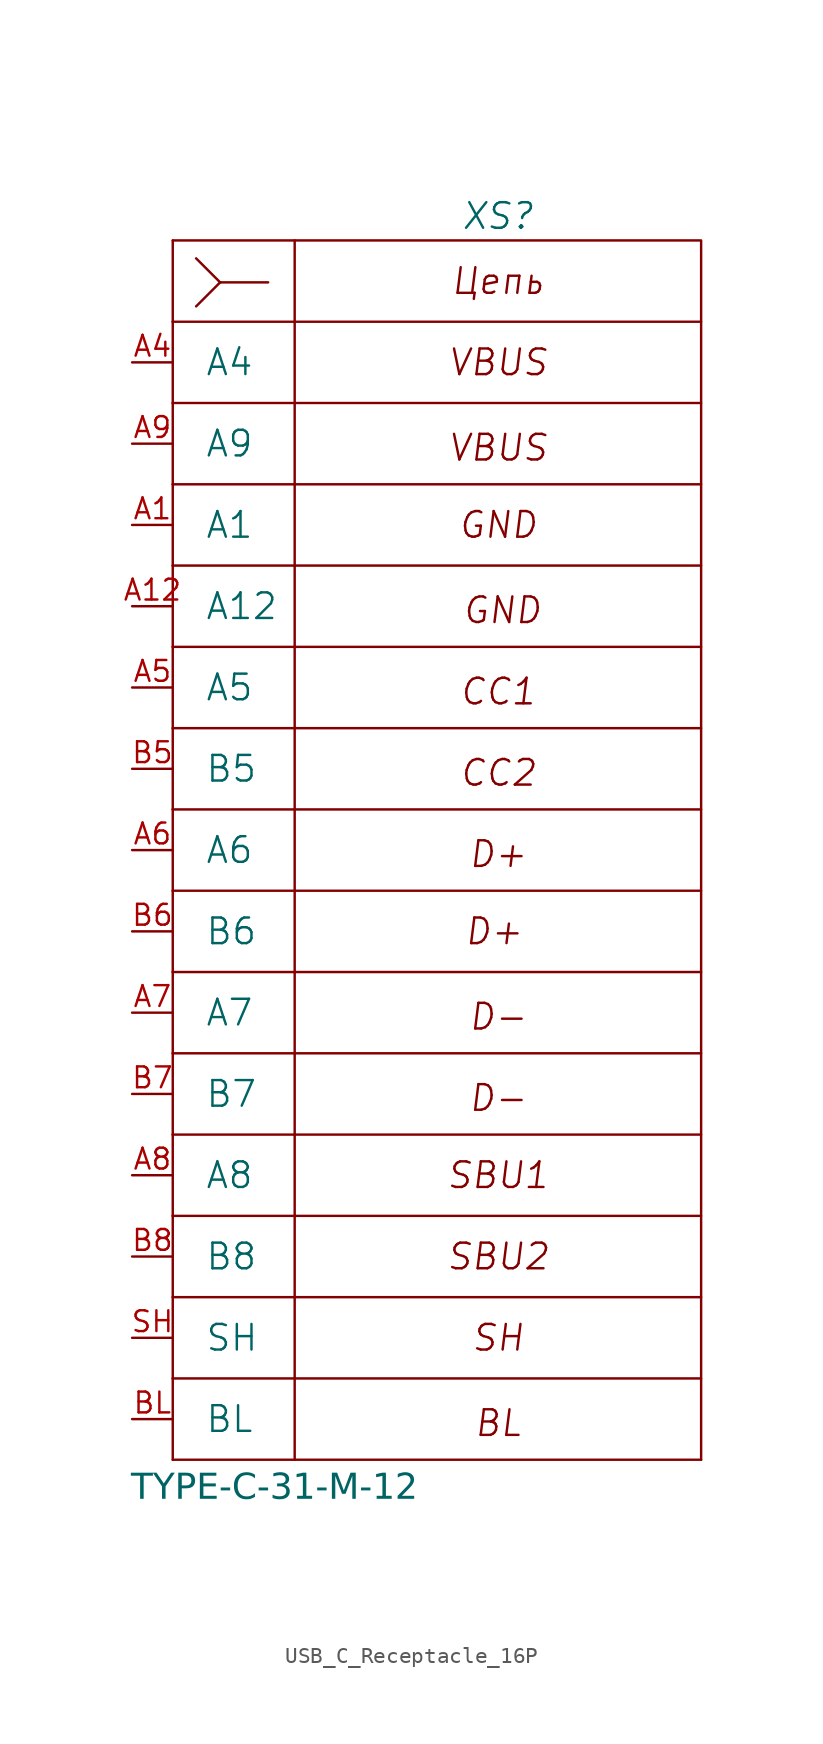
<source format=kicad_sym>
(kicad_symbol_lib
  (version 20231120)
  (generator "kicad_symbol_editor")
  (generator_version "8.0")
  (symbol "USB_C_Receptacle_16P"
    (pin_names
      (offset 2))
    (property "Reference" "XS"
      (at 22.86 9.144 0)
      (effects (font (size 1.6 1.6) (italic yes))))
    (property "Value" "TYPE-C-31-M-12"
      (at 8.89 -70.358 0)
      (effects (font (face "GOST type A") (size 1.6 1.6))))
    (symbol "USB_C_Receptacle_16P_0_1"
      (polyline (pts (xy 2.54 -68.58) (xy 35.56 -68.58)) (stroke (width 0) (type default)) (fill (type none)))
      (polyline (pts (xy 2.54 -63.5) (xy 2.54 -68.58)) (stroke (width 0) (type default)) (fill (type none)))
      (polyline (pts (xy 2.54 -58.42) (xy 2.54 -63.5)) (stroke (width 0) (type default)) (fill (type none)))
      (polyline (pts (xy 2.54 -53.34) (xy 2.54 -58.42)) (stroke (width 0) (type default)) (fill (type none)))
      (polyline (pts (xy 2.54 -48.26) (xy 2.54 -53.34)) (stroke (width 0) (type default)) (fill (type none)))
      (polyline (pts (xy 2.54 -43.18) (xy 2.54 -48.26)) (stroke (width 0) (type default)) (fill (type none)))
      (polyline (pts (xy 2.54 -38.1) (xy 2.54 -43.18)) (stroke (width 0) (type default)) (fill (type none)))
      (polyline (pts (xy 2.54 -33.02) (xy 2.54 -38.1)) (stroke (width 0) (type default)) (fill (type none)))
      (polyline (pts (xy 2.54 -27.94) (xy 2.54 -33.02)) (stroke (width 0) (type default)) (fill (type none)))
      (polyline (pts (xy 2.54 -22.86) (xy 2.54 -27.94)) (stroke (width 0) (type default)) (fill (type none)))
      (polyline (pts (xy 2.54 -17.78) (xy 2.54 -22.86)) (stroke (width 0) (type default)) (fill (type none)))
      (polyline (pts (xy 2.54 -12.7) (xy 2.54 -17.78)) (stroke (width 0) (type default)) (fill (type none)))
      (polyline (pts (xy 2.54 -7.62) (xy 2.54 -12.7)) (stroke (width 0) (type default)) (fill (type none)))
      (polyline (pts (xy 2.54 -2.54) (xy 2.54 -7.62)) (stroke (width 0) (type default)) (fill (type none)))
      (polyline (pts (xy 2.54 2.54) (xy 2.54 -2.54)) (stroke (width 0) (type default)) (fill (type none)))
      (polyline (pts (xy 2.54 7.62) (xy 2.54 2.54)) (stroke (width 0) (type default)) (fill (type none)))
      (polyline (pts (xy 2.54 -63.5) (xy 10.16 -63.5) (xy 10.16 -68.58)) (stroke (width 0) (type default)) (fill (type none)))
      (polyline (pts (xy 2.54 -58.42) (xy 10.16 -58.42) (xy 10.16 -63.5)) (stroke (width 0) (type default)) (fill (type none)))
      (polyline (pts (xy 2.54 -53.34) (xy 10.16 -53.34) (xy 10.16 -58.42)) (stroke (width 0) (type default)) (fill (type none)))
      (polyline (pts (xy 2.54 -48.26) (xy 10.16 -48.26) (xy 10.16 -53.34)) (stroke (width 0) (type default)) (fill (type none)))
      (polyline (pts (xy 2.54 -43.18) (xy 10.16 -43.18) (xy 10.16 -48.26)) (stroke (width 0) (type default)) (fill (type none)))
      (polyline (pts (xy 2.54 -38.1) (xy 10.16 -38.1) (xy 10.16 -43.18)) (stroke (width 0) (type default)) (fill (type none)))
      (polyline (pts (xy 2.54 -33.02) (xy 10.16 -33.02) (xy 10.16 -38.1)) (stroke (width 0) (type default)) (fill (type none)))
      (polyline (pts (xy 2.54 -27.94) (xy 10.16 -27.94) (xy 10.16 -33.02)) (stroke (width 0) (type default)) (fill (type none)))
      (polyline (pts (xy 2.54 -22.86) (xy 10.16 -22.86) (xy 10.16 -27.94)) (stroke (width 0) (type default)) (fill (type none)))
      (polyline (pts (xy 2.54 -17.78) (xy 10.16 -17.78) (xy 10.16 -22.86)) (stroke (width 0) (type default)) (fill (type none)))
      (polyline (pts (xy 2.54 -12.7) (xy 10.16 -12.7) (xy 10.16 -17.78)) (stroke (width 0) (type default)) (fill (type none)))
      (polyline (pts (xy 2.54 -7.62) (xy 10.16 -7.62) (xy 10.16 -12.7)) (stroke (width 0) (type default)) (fill (type none)))
      (polyline (pts (xy 2.54 -2.54) (xy 10.16 -2.54) (xy 10.16 -7.62)) (stroke (width 0) (type default)) (fill (type none)))
      (polyline (pts (xy 2.54 2.54) (xy 10.16 2.54) (xy 10.16 -2.54)) (stroke (width 0) (type default)) (fill (type none)))
      (polyline (pts (xy 2.54 7.62) (xy 10.16 7.62) (xy 10.16 2.54)) (stroke (width 0) (type default)) (fill (type none)))
      (polyline (pts (xy 10.16 -63.5) (xy 35.56 -63.5) (xy 35.56 -68.58)) (stroke (width 0) (type default)) (fill (type none)))
      (polyline (pts (xy 10.16 -58.42) (xy 35.56 -58.42) (xy 35.56 -63.5)) (stroke (width 0) (type default)) (fill (type none)))
      (polyline (pts (xy 10.16 -53.34) (xy 35.56 -53.34) (xy 35.56 -58.42)) (stroke (width 0) (type default)) (fill (type none)))
      (polyline (pts (xy 10.16 -48.26) (xy 35.56 -48.26) (xy 35.56 -53.34)) (stroke (width 0) (type default)) (fill (type none)))
      (polyline (pts (xy 10.16 -43.18) (xy 35.56 -43.18) (xy 35.56 -48.26)) (stroke (width 0) (type default)) (fill (type none)))
      (polyline (pts (xy 10.16 -38.1) (xy 35.56 -38.1) (xy 35.56 -43.18)) (stroke (width 0) (type default)) (fill (type none)))
      (polyline (pts (xy 10.16 -33.02) (xy 35.56 -33.02) (xy 35.56 -38.1)) (stroke (width 0) (type default)) (fill (type none)))
      (polyline (pts (xy 10.16 -27.94) (xy 35.56 -27.94) (xy 35.56 -33.02)) (stroke (width 0) (type default)) (fill (type none)))
      (polyline (pts (xy 10.16 -22.86) (xy 35.56 -22.86) (xy 35.56 -27.94)) (stroke (width 0) (type default)) (fill (type none)))
      (polyline (pts (xy 10.16 -17.78) (xy 35.56 -17.78) (xy 35.56 -22.86)) (stroke (width 0) (type default)) (fill (type none)))
      (polyline (pts (xy 10.16 -12.7) (xy 35.56 -12.7) (xy 35.56 -17.78)) (stroke (width 0) (type default)) (fill (type none)))
      (polyline (pts (xy 10.16 -7.62) (xy 35.56 -7.62) (xy 35.56 -12.7)) (stroke (width 0) (type default)) (fill (type none)))
      (polyline (pts (xy 10.16 -2.54) (xy 35.56 -2.54) (xy 35.56 -7.62)) (stroke (width 0) (type default)) (fill (type none)))
      (polyline (pts (xy 10.16 2.54) (xy 35.56 2.54) (xy 35.56 -2.54)) (stroke (width 0) (type default)) (fill (type none)))
      (polyline (pts (xy 10.16 7.62) (xy 35.56 7.62) (xy 35.56 2.54)) (stroke (width 0) (type default)) (fill (type none))))
    (symbol "USB_C_Receptacle_16P_1_1"
      (polyline (pts (xy 5.5 5) (xy 4 3.5)) (stroke (width 0) (type default)) (fill (type none)))
      (polyline (pts (xy 5.5 5) (xy 4 6.5)) (stroke (width 0) (type default)) (fill (type none)))
      (polyline (pts (xy 5.5 5) (xy 8.5 5)) (stroke (width 0) (type default)) (fill (type none)))
      (text "BL" (at 22.86 -66.294 0) (effects (font (size 1.6 1.6) (italic yes))))
      (text "CC1" (at 22.86 -20.574 0) (effects (font (size 1.6 1.6) (italic yes))))
      (text "CC2" (at 22.86 -25.654 0) (effects (font (size 1.6 1.6) (italic yes))))
      (text "D+" (at 22.606 -35.56 0) (effects (font (size 1.6 1.6) (italic yes))))
      (text "D+" (at 22.86 -30.734 0) (effects (font (size 1.6 1.6) (italic yes))))
      (text "D-" (at 22.86 -45.974 0) (effects (font (size 1.6 1.6) (italic yes))))
      (text "D-" (at 22.86 -40.894 0) (effects (font (size 1.6 1.6) (italic yes))))
      (text "GND" (at 22.86 -10.16 0) (effects (font (size 1.6 1.6) (italic yes))))
      (text "GND" (at 23.114 -15.494 0) (effects (font (size 1.6 1.6) (italic yes))))
      (text "SBU1" (at 22.86 -50.8 0) (effects (font (size 1.6 1.6) (italic yes))))
      (text "SBU2" (at 22.86 -55.88 0) (effects (font (size 1.6 1.6) (italic yes))))
      (text "SH" (at 22.86 -60.96 0) (effects (font (size 1.6 1.6) (italic yes))))
      (text "VBUS" (at 22.86 -5.334 0) (effects (font (size 1.6 1.6) (italic yes))))
      (text "VBUS" (at 22.86 0 0) (effects (font (size 1.6 1.6) (italic yes))))
      (text "Цепь" (at 22.86 5.08 0) (effects (font (size 1.6 1.6) (italic yes))))
      (pin passive line (at 0 -10.16 0) (length 2.54) (name "A1" (effects (font (size 1.6 1.6)))) (number "A1" (effects (font (size 1.3 1.3)))))
      (pin passive line (at 0 -15.24 0) (length 2.54) (name "A12" (effects (font (size 1.6 1.6)))) (number "A12" (effects (font (size 1.3 1.3)))))
      (pin passive line (at 0 0 0) (length 2.54) (name "A4" (effects (font (size 1.6 1.6)))) (number "A4" (effects (font (size 1.3 1.3)))))
      (pin passive line (at 0 -20.32 0) (length 2.54) (name "A5" (effects (font (size 1.6 1.6)))) (number "A5" (effects (font (size 1.3 1.3)))))
      (pin passive line (at 0 -30.48 0) (length 2.54) (name "A6" (effects (font (size 1.6 1.6)))) (number "A6" (effects (font (size 1.3 1.3)))))
      (pin passive line (at 0 -40.64 0) (length 2.54) (name "A7" (effects (font (size 1.6 1.6)))) (number "A7" (effects (font (size 1.3 1.3)))))
      (pin passive line (at 0 -50.8 0) (length 2.54) (name "A8" (effects (font (size 1.6 1.6)))) (number "A8" (effects (font (size 1.3 1.3)))))
      (pin passive line (at 0 -5.08 0) (length 2.54) (name "A9" (effects (font (size 1.6 1.6)))) (number "A9" (effects (font (size 1.3 1.3)))))
      (pin passive line (at 0 -25.4 0) (length 2.54) (name "B5" (effects (font (size 1.6 1.6)))) (number "B5" (effects (font (size 1.3 1.3)))))
      (pin passive line (at 0 -35.56 0) (length 2.54) (name "B6" (effects (font (size 1.6 1.6)))) (number "B6" (effects (font (size 1.3 1.3)))))
      (pin passive line (at 0 -45.72 0) (length 2.54) (name "B7" (effects (font (size 1.6 1.6)))) (number "B7" (effects (font (size 1.3 1.3)))))
      (pin passive line (at 0 -55.88 0) (length 2.54) (name "B8" (effects (font (size 1.6 1.6)))) (number "B8" (effects (font (size 1.3 1.3)))))
      (pin passive line (at 0 -66.04 0) (length 2.54) (name "BL" (effects (font (size 1.6 1.6)))) (number "BL" (effects (font (size 1.3 1.3)))))
      (pin passive line (at 0 -60.96 0) (length 2.54) (name "SH" (effects (font (size 1.6 1.6)))) (number "SH" (effects (font (size 1.3 1.3))))))))
</source>
